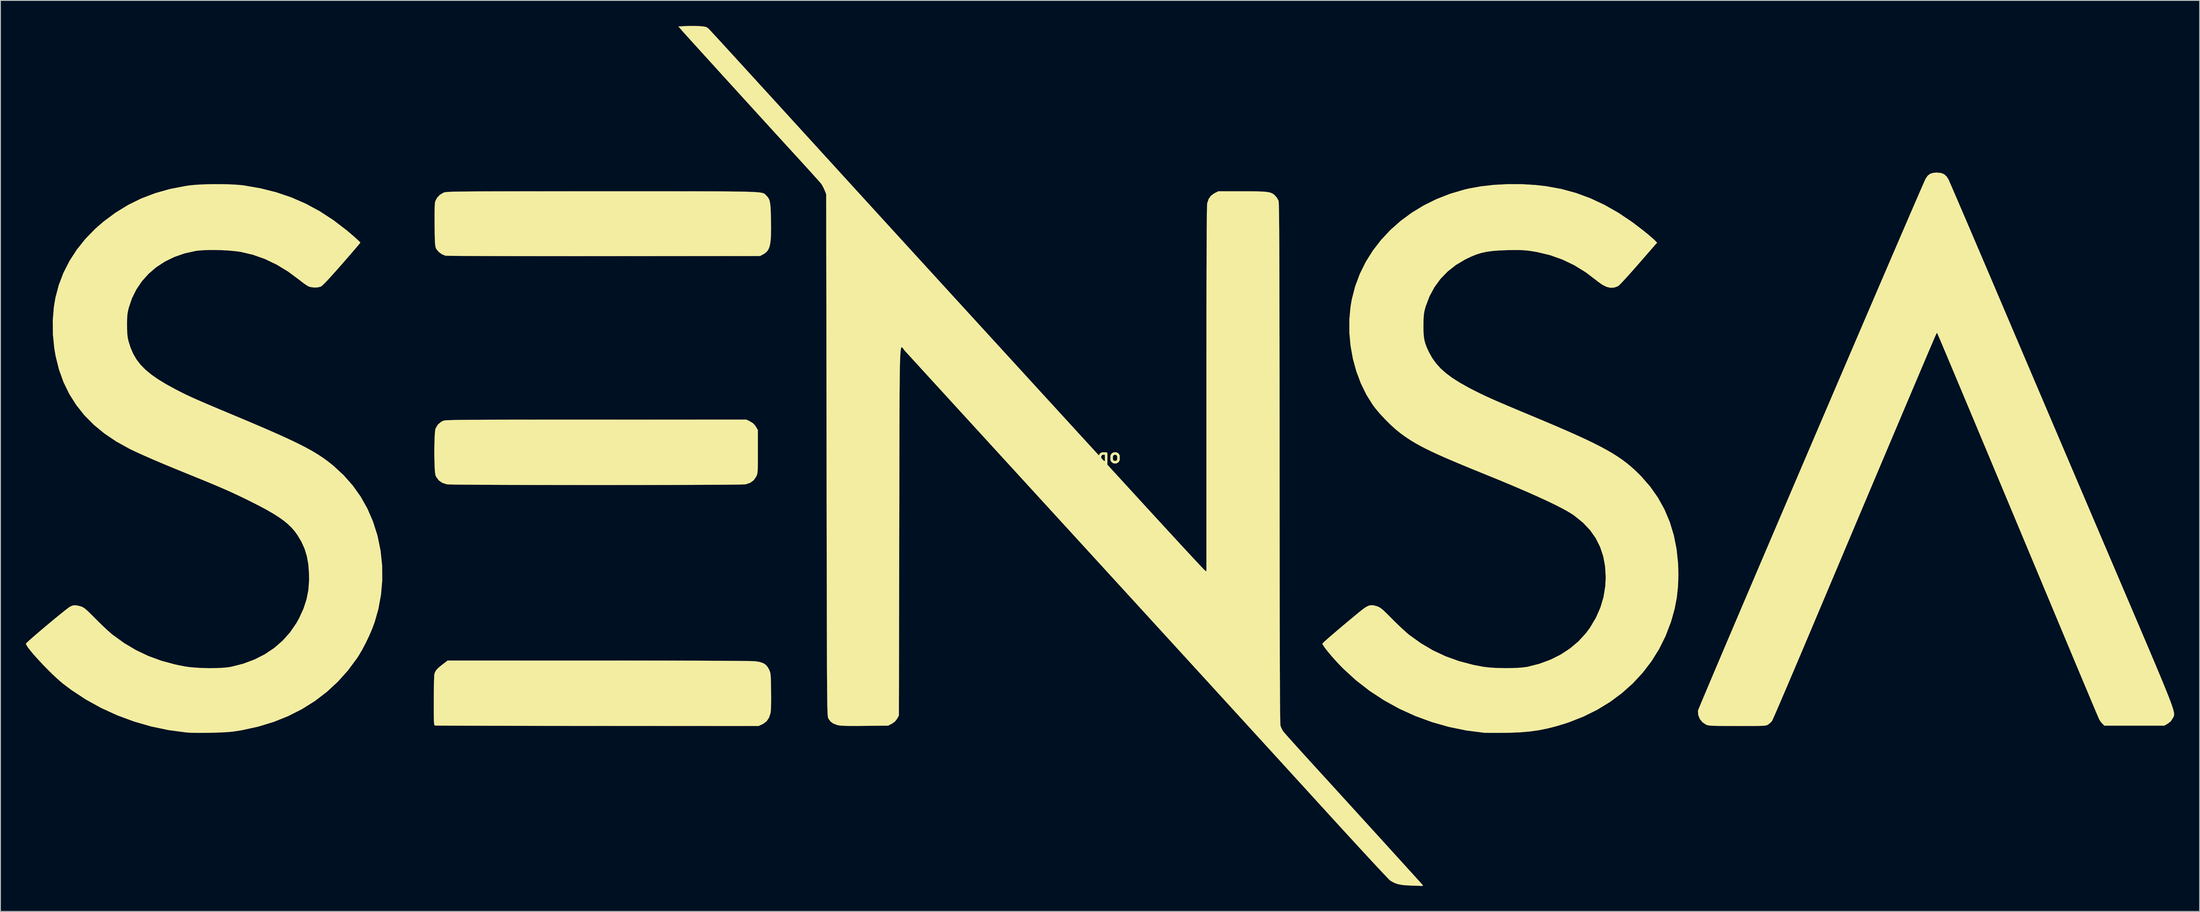
<source format=kicad_pcb>
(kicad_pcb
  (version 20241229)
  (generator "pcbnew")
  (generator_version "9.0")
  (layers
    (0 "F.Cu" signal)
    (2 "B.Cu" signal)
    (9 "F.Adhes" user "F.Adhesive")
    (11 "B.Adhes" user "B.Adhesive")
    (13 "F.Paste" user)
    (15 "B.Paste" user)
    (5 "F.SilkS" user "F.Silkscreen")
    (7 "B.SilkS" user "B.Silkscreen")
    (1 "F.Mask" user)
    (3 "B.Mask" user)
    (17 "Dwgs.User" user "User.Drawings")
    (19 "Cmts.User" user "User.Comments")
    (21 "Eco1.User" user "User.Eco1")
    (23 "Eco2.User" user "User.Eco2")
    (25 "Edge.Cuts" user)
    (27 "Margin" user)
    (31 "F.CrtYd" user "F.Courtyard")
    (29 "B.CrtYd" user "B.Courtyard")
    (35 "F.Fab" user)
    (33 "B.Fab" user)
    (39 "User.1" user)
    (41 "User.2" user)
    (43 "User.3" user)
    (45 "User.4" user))
  (footprint "logo"
    (layer "F.Cu")
    (at 126.397 50.671)
    (property "Reference" "logo" (at 0 0 0) (layer "F.SilkS") (effects (font (size 1.524 1.524) (thickness 0.3))))
    (attr through_hole)
    (fp_poly (pts (xy -59.021 24.046) (xy -57.009 24.046) (xy -55.086 24.048) (xy -53.256 24.05) (xy -51.527 24.052) (xy -49.902 24.056) (xy -48.389 24.06) (xy -46.991 24.064) (xy -45.716 24.07) (xy -44.567 24.075) (xy -43.551 24.082) (xy -42.674 24.089) (xy -41.94 24.096) (xy -41.356 24.104) (xy -40.927 24.113) (xy -40.658 24.122) (xy -40.573 24.127) (xy -40.033 24.216) (xy -39.627 24.351) (xy -39.323 24.552) (xy -39.087 24.838) (xy -38.966 25.057) (xy -38.896 25.205) (xy -38.841 25.341) (xy -38.799 25.488) (xy -38.769 25.67) (xy -38.747 25.911) (xy -38.732 26.235) (xy -38.721 26.665) (xy -38.711 27.227) (xy -38.705 27.655) (xy -38.698 28.496) (xy -38.703 29.187) (xy -38.72 29.722) (xy -38.749 30.096) (xy -38.771 30.237) (xy -38.949 30.776) (xy -39.229 31.188) (xy -39.623 31.487) (xy -39.735 31.544) (xy -40.174 31.748) (xy -59.14 31.739) (xy -60.921 31.738) (xy -62.659 31.737) (xy -64.345 31.735) (xy -65.971 31.734) (xy -67.531 31.731) (xy -69.016 31.729) (xy -70.419 31.726) (xy -71.731 31.724) (xy -72.947 31.721) (xy -74.056 31.718) (xy -75.053 31.714) (xy -75.93 31.711) (xy -76.678 31.707) (xy -77.291 31.704) (xy -77.759 31.7) (xy -78.077 31.697) (xy -78.236 31.693) (xy -78.253 31.692) (xy -78.293 31.671) (xy -78.325 31.622) (xy -78.35 31.527) (xy -78.369 31.369) (xy -78.383 31.131) (xy -78.392 30.796) (xy -78.397 30.348) (xy -78.399 29.77) (xy -78.399 29.044) (xy -78.399 28.802) (xy -78.397 28.108) (xy -78.39 27.456) (xy -78.38 26.868) (xy -78.367 26.366) (xy -78.351 25.974) (xy -78.334 25.713) (xy -78.322 25.625) (xy -78.246 25.395) (xy -78.116 25.18) (xy -77.908 24.952) (xy -77.598 24.684) (xy -77.309 24.458) (xy -76.767 24.045) (xy -59.021 24.046)) (stroke (width 0.01) (type solid)) (fill yes) (layer "F.SilkS"))
    (fp_poly (pts (xy -41.163 -4.098) (xy -40.816 -3.881) (xy -40.566 -3.603) (xy -40.491 -3.484) (xy -40.259 -3.09) (xy -40.259 -0.55) (xy -40.259 0.173) (xy -40.261 0.747) (xy -40.266 1.194) (xy -40.276 1.534) (xy -40.291 1.788) (xy -40.314 1.976) (xy -40.345 2.12) (xy -40.387 2.239) (xy -40.44 2.356) (xy -40.46 2.397) (xy -40.749 2.814) (xy -41.152 3.109) (xy -41.675 3.289) (xy -41.733 3.301) (xy -41.864 3.309) (xy -42.155 3.318) (xy -42.595 3.326) (xy -43.175 3.333) (xy -43.885 3.34) (xy -44.715 3.346) (xy -45.655 3.351) (xy -46.696 3.356) (xy -47.827 3.361) (xy -49.039 3.365) (xy -50.322 3.369) (xy -51.666 3.372) (xy -53.062 3.374) (xy -54.498 3.376) (xy -55.967 3.377) (xy -57.457 3.378) (xy -58.96 3.378) (xy -60.464 3.378) (xy -61.961 3.377) (xy -63.44 3.376) (xy -64.892 3.374) (xy -66.307 3.372) (xy -67.675 3.369) (xy -68.986 3.365) (xy -70.231 3.362) (xy -71.399 3.357) (xy -72.48 3.352) (xy -73.466 3.346) (xy -74.346 3.34) (xy -75.11 3.334) (xy -75.748 3.327) (xy -76.251 3.319) (xy -76.609 3.311) (xy -76.812 3.302) (xy -76.85 3.298) (xy -77.387 3.126) (xy -77.801 2.843) (xy -78.103 2.441) (xy -78.186 2.266) (xy -78.229 2.072) (xy -78.265 1.737) (xy -78.293 1.288) (xy -78.314 0.753) (xy -78.326 0.161) (xy -78.331 -0.461) (xy -78.327 -1.086) (xy -78.316 -1.684) (xy -78.297 -2.229) (xy -78.27 -2.693) (xy -78.235 -3.047) (xy -78.193 -3.264) (xy -78.186 -3.282) (xy -77.928 -3.722) (xy -77.56 -4.042) (xy -77.343 -4.158) (xy -77.299 -4.176) (xy -77.245 -4.193) (xy -77.173 -4.208) (xy -77.077 -4.222) (xy -76.95 -4.234) (xy -76.784 -4.246) (xy -76.574 -4.256) (xy -76.311 -4.265) (xy -75.99 -4.273) (xy -75.603 -4.281) (xy -75.144 -4.287) (xy -74.605 -4.293) (xy -73.98 -4.297) (xy -73.262 -4.301) (xy -72.443 -4.305) (xy -71.518 -4.308) (xy -70.478 -4.31) (xy -69.319 -4.312) (xy -68.031 -4.313) (xy -66.609 -4.314) (xy -65.045 -4.315) (xy -63.334 -4.316) (xy -61.467 -4.316) (xy -59.438 -4.316) (xy -59.304 -4.316) (xy -41.605 -4.318) (xy -41.163 -4.098)) (stroke (width 0.01) (type solid)) (fill yes) (layer "F.SilkS"))
    (fp_poly (pts (xy -51.122 -31.2) (xy -49.628 -31.199) (xy -48.27 -31.198) (xy -47.042 -31.196) (xy -45.935 -31.193) (xy -44.945 -31.189) (xy -44.064 -31.183) (xy -43.285 -31.176) (xy -42.601 -31.167) (xy -42.007 -31.157) (xy -41.495 -31.144) (xy -41.059 -31.13) (xy -40.692 -31.113) (xy -40.387 -31.093) (xy -40.137 -31.071) (xy -39.937 -31.045) (xy -39.778 -31.017) (xy -39.655 -30.986) (xy -39.561 -30.951) (xy -39.489 -30.912) (xy -39.432 -30.87) (xy -39.384 -30.823) (xy -39.338 -30.773) (xy -39.287 -30.718) (xy -39.264 -30.695) (xy -39.116 -30.539) (xy -38.999 -30.375) (xy -38.909 -30.18) (xy -38.842 -29.934) (xy -38.794 -29.614) (xy -38.76 -29.197) (xy -38.737 -28.662) (xy -38.719 -27.986) (xy -38.715 -27.757) (xy -38.705 -26.869) (xy -38.714 -26.133) (xy -38.746 -25.531) (xy -38.805 -25.046) (xy -38.894 -24.661) (xy -39.019 -24.358) (xy -39.184 -24.12) (xy -39.391 -23.931) (xy -39.645 -23.772) (xy -39.645 -23.772) (xy -40.005 -23.58) (xy -58.378 -23.567) (xy -60.133 -23.566) (xy -61.845 -23.565) (xy -63.506 -23.566) (xy -65.109 -23.567) (xy -66.645 -23.568) (xy -68.106 -23.57) (xy -69.485 -23.572) (xy -70.774 -23.575) (xy -71.966 -23.579) (xy -73.051 -23.582) (xy -74.022 -23.587) (xy -74.872 -23.591) (xy -75.593 -23.596) (xy -76.176 -23.601) (xy -76.614 -23.607) (xy -76.899 -23.613) (xy -77.024 -23.619) (xy -77.027 -23.62) (xy -77.426 -23.779) (xy -77.792 -24.039) (xy -78.064 -24.353) (xy -78.113 -24.44) (xy -78.16 -24.549) (xy -78.198 -24.676) (xy -78.227 -24.844) (xy -78.25 -25.072) (xy -78.267 -25.38) (xy -78.28 -25.79) (xy -78.29 -26.323) (xy -78.298 -26.998) (xy -78.301 -27.22) (xy -78.307 -28.1) (xy -78.303 -28.818) (xy -78.29 -29.372) (xy -78.268 -29.762) (xy -78.236 -29.984) (xy -78.234 -29.995) (xy -78.028 -30.414) (xy -77.696 -30.773) (xy -77.277 -31.028) (xy -77.233 -31.046) (xy -77.183 -31.063) (xy -77.121 -31.08) (xy -77.04 -31.094) (xy -76.935 -31.108) (xy -76.798 -31.12) (xy -76.622 -31.131) (xy -76.4 -31.141) (xy -76.127 -31.15) (xy -75.794 -31.158) (xy -75.395 -31.166) (xy -74.924 -31.172) (xy -74.374 -31.177) (xy -73.737 -31.182) (xy -73.007 -31.186) (xy -72.178 -31.189) (xy -71.242 -31.192) (xy -70.192 -31.194) (xy -69.022 -31.196) (xy -67.726 -31.197) (xy -66.295 -31.198) (xy -64.724 -31.199) (xy -63.006 -31.199) (xy -61.134 -31.2) (xy -59.1 -31.2) (xy -58.589 -31.2) (xy -56.485 -31.2) (xy -54.544 -31.2) (xy -52.758 -31.2) (xy -51.122 -31.2)) (stroke (width 0.01) (type solid)) (fill yes) (layer "F.SilkS"))
    (fp_poly (pts (xy 98.959 -33.357) (xy 99.335 -33.213) (xy 99.631 -32.95) (xy 99.835 -32.636) (xy 99.891 -32.514) (xy 100.011 -32.244) (xy 100.189 -31.836) (xy 100.423 -31.295) (xy 100.709 -30.632) (xy 101.044 -29.854) (xy 101.424 -28.97) (xy 101.846 -27.987) (xy 102.305 -26.913) (xy 102.799 -25.758) (xy 103.324 -24.529) (xy 103.877 -23.234) (xy 104.454 -21.882) (xy 105.051 -20.48) (xy 105.665 -19.037) (xy 105.876 -18.542) (xy 106.521 -17.026) (xy 107.225 -15.372) (xy 107.981 -13.595) (xy 108.782 -11.714) (xy 109.621 -9.744) (xy 110.49 -7.702) (xy 111.383 -5.606) (xy 112.292 -3.473) (xy 113.21 -1.319) (xy 114.129 0.84) (xy 115.043 2.985) (xy 115.945 5.1) (xy 116.826 7.169) (xy 117.681 9.174) (xy 118.502 11.099) (xy 119.022 12.319) (xy 119.859 14.282) (xy 120.633 16.095) (xy 121.345 17.765) (xy 121.998 19.298) (xy 122.594 20.699) (xy 123.137 21.975) (xy 123.628 23.132) (xy 124.069 24.177) (xy 124.463 25.115) (xy 124.813 25.952) (xy 125.121 26.696) (xy 125.389 27.351) (xy 125.619 27.924) (xy 125.815 28.422) (xy 125.978 28.85) (xy 126.111 29.214) (xy 126.216 29.522) (xy 126.295 29.778) (xy 126.352 29.989) (xy 126.389 30.162) (xy 126.407 30.302) (xy 126.409 30.415) (xy 126.398 30.508) (xy 126.376 30.587) (xy 126.345 30.659) (xy 126.309 30.728) (xy 126.268 30.802) (xy 126.24 30.857) (xy 126.006 31.206) (xy 125.663 31.473) (xy 125.658 31.476) (xy 125.264 31.708) (xy 118.208 31.708) (xy 117.982 31.496) (xy 117.787 31.272) (xy 117.612 31.006) (xy 117.598 30.978) (xy 117.547 30.865) (xy 117.435 30.604) (xy 117.265 30.206) (xy 117.042 29.679) (xy 116.769 29.031) (xy 116.45 28.274) (xy 116.089 27.414) (xy 115.689 26.462) (xy 115.255 25.427) (xy 114.79 24.318) (xy 114.299 23.144) (xy 113.784 21.914) (xy 113.251 20.637) (xy 112.828 19.625) (xy 112.035 17.726) (xy 111.239 15.822) (xy 110.444 13.919) (xy 109.653 12.025) (xy 108.867 10.145) (xy 108.091 8.288) (xy 107.326 6.459) (xy 106.576 4.665) (xy 105.843 2.914) (xy 105.13 1.211) (xy 104.441 -0.437) (xy 103.777 -2.022) (xy 103.142 -3.539) (xy 102.539 -4.979) (xy 101.97 -6.338) (xy 101.438 -7.607) (xy 100.946 -8.78) (xy 100.496 -9.851) (xy 100.093 -10.812) (xy 99.738 -11.658) (xy 99.434 -12.38) (xy 99.184 -12.973) (xy 98.991 -13.43) (xy 98.858 -13.743) (xy 98.788 -13.904) (xy 98.499 -14.558) (xy 98.324 -14.199) (xy 98.267 -14.071) (xy 98.147 -13.793) (xy 97.966 -13.371) (xy 97.726 -12.81) (xy 97.43 -12.115) (xy 97.081 -11.294) (xy 96.681 -10.352) (xy 96.233 -9.294) (xy 95.738 -8.126) (xy 95.199 -6.854) (xy 94.619 -5.485) (xy 94.001 -4.022) (xy 93.346 -2.474) (xy 92.657 -0.844) (xy 91.936 0.861) (xy 91.187 2.635) (xy 90.411 4.472) (xy 89.611 6.367) (xy 88.789 8.314) (xy 87.948 10.306) (xy 87.09 12.34) (xy 86.218 14.407) (xy 85.334 16.504) (xy 84.441 18.623) (xy 84.189 19.219) (xy 83.622 20.563) (xy 83.072 21.866) (xy 82.541 23.12) (xy 82.035 24.316) (xy 81.555 25.444) (xy 81.108 26.497) (xy 80.695 27.466) (xy 80.32 28.341) (xy 79.989 29.114) (xy 79.703 29.777) (xy 79.467 30.321) (xy 79.285 30.737) (xy 79.16 31.015) (xy 79.097 31.149) (xy 79.091 31.157) (xy 78.914 31.35) (xy 78.685 31.54) (xy 78.656 31.559) (xy 78.583 31.607) (xy 78.507 31.646) (xy 78.41 31.677) (xy 78.276 31.702) (xy 78.088 31.72) (xy 77.83 31.732) (xy 77.483 31.741) (xy 77.033 31.746) (xy 76.461 31.748) (xy 75.751 31.748) (xy 75.023 31.748) (xy 74.173 31.747) (xy 73.476 31.745) (xy 72.913 31.74) (xy 72.469 31.733) (xy 72.125 31.721) (xy 71.865 31.706) (xy 71.671 31.685) (xy 71.526 31.659) (xy 71.414 31.626) (xy 71.328 31.591) (xy 70.908 31.313) (xy 70.595 30.929) (xy 70.411 30.473) (xy 70.374 29.979) (xy 70.378 29.941) (xy 70.413 29.844) (xy 70.512 29.598) (xy 70.673 29.21) (xy 70.892 28.685) (xy 71.168 28.029) (xy 71.496 27.251) (xy 71.875 26.354) (xy 72.301 25.347) (xy 72.773 24.236) (xy 73.286 23.026) (xy 73.84 21.724) (xy 74.43 20.337) (xy 75.054 18.871) (xy 75.709 17.333) (xy 76.393 15.728) (xy 77.103 14.063) (xy 77.836 12.345) (xy 78.59 10.58) (xy 79.361 8.774) (xy 80.147 6.933) (xy 80.945 5.065) (xy 81.753 3.175) (xy 82.568 1.27) (xy 83.386 -0.644) (xy 84.206 -2.561) (xy 85.025 -4.473) (xy 85.839 -6.376) (xy 86.646 -8.261) (xy 87.444 -10.123) (xy 88.23 -11.956) (xy 89 -13.754) (xy 89.753 -15.508) (xy 90.485 -17.215) (xy 91.194 -18.866) (xy 91.876 -20.456) (xy 92.53 -21.978) (xy 93.153 -23.426) (xy 93.741 -24.794) (xy 94.293 -26.074) (xy 94.805 -27.261) (xy 95.274 -28.349) (xy 95.699 -29.331) (xy 96.075 -30.2) (xy 96.401 -30.95) (xy 96.674 -31.576) (xy 96.891 -32.069) (xy 97.048 -32.425) (xy 97.145 -32.637) (xy 97.17 -32.687) (xy 97.411 -33.04) (xy 97.706 -33.262) (xy 98.089 -33.376) (xy 98.467 -33.4) (xy 98.959 -33.357)) (stroke (width 0.01) (type solid)) (fill yes) (layer "F.SilkS"))
    (fp_poly (pts (xy 49.64 -32.036) (xy 51.258 -31.94) (xy 52.536 -31.794) (xy 54.3 -31.471) (xy 56.021 -31.001) (xy 57.707 -30.38) (xy 59.367 -29.604) (xy 61.008 -28.67) (xy 62.64 -27.574) (xy 63.966 -26.56) (xy 64.355 -26.243) (xy 64.716 -25.942) (xy 65.019 -25.681) (xy 65.236 -25.486) (xy 65.314 -25.41) (xy 65.563 -25.147) (xy 65.392 -24.956) (xy 65.298 -24.849) (xy 65.107 -24.631) (xy 64.832 -24.316) (xy 64.487 -23.921) (xy 64.087 -23.461) (xy 63.644 -22.954) (xy 63.212 -22.457) (xy 62.741 -21.921) (xy 62.298 -21.422) (xy 61.895 -20.977) (xy 61.546 -20.6) (xy 61.267 -20.307) (xy 61.071 -20.112) (xy 60.975 -20.034) (xy 60.531 -19.871) (xy 60.085 -19.841) (xy 59.622 -19.948) (xy 59.123 -20.196) (xy 58.57 -20.591) (xy 58.449 -20.691) (xy 57.15 -21.677) (xy 55.81 -22.501) (xy 54.417 -23.169) (xy 52.962 -23.684) (xy 51.433 -24.051) (xy 50.656 -24.178) (xy 50.227 -24.231) (xy 49.798 -24.265) (xy 49.329 -24.284) (xy 48.783 -24.287) (xy 48.119 -24.277) (xy 47.879 -24.271) (xy 46.967 -24.235) (xy 46.189 -24.174) (xy 45.508 -24.08) (xy 44.891 -23.946) (xy 44.302 -23.763) (xy 43.706 -23.524) (xy 43.068 -23.22) (xy 42.997 -23.184) (xy 41.902 -22.536) (xy 40.929 -21.771) (xy 40.08 -20.895) (xy 39.361 -19.914) (xy 38.778 -18.833) (xy 38.334 -17.659) (xy 38.251 -17.372) (xy 38.176 -17.058) (xy 38.124 -16.736) (xy 38.09 -16.362) (xy 38.072 -15.896) (xy 38.066 -15.409) (xy 38.071 -14.738) (xy 38.103 -14.19) (xy 38.171 -13.72) (xy 38.284 -13.283) (xy 38.452 -12.834) (xy 38.684 -12.328) (xy 38.73 -12.234) (xy 39.104 -11.564) (xy 39.55 -10.942) (xy 40.081 -10.354) (xy 40.713 -9.788) (xy 41.46 -9.232) (xy 42.337 -8.674) (xy 43.357 -8.101) (xy 43.94 -7.798) (xy 44.363 -7.585) (xy 44.773 -7.382) (xy 45.187 -7.184) (xy 45.621 -6.981) (xy 46.091 -6.768) (xy 46.616 -6.536) (xy 47.212 -6.277) (xy 47.895 -5.985) (xy 48.682 -5.653) (xy 49.591 -5.271) (xy 50.638 -4.834) (xy 50.76 -4.783) (xy 52.314 -4.132) (xy 53.72 -3.535) (xy 54.989 -2.984) (xy 56.131 -2.476) (xy 57.157 -2.003) (xy 58.079 -1.559) (xy 58.906 -1.14) (xy 59.649 -0.738) (xy 60.32 -0.348) (xy 60.928 0.036) (xy 61.485 0.419) (xy 62.001 0.809) (xy 62.487 1.21) (xy 62.954 1.629) (xy 63.412 2.072) (xy 63.718 2.384) (xy 64.769 3.591) (xy 65.677 4.888) (xy 66.44 6.272) (xy 67.058 7.741) (xy 67.53 9.293) (xy 67.856 10.926) (xy 68.034 12.638) (xy 68.071 13.903) (xy 68.025 15.31) (xy 67.883 16.629) (xy 67.636 17.921) (xy 67.274 19.242) (xy 67.173 19.558) (xy 66.557 21.169) (xy 65.796 22.698) (xy 64.896 24.14) (xy 63.862 25.489) (xy 62.7 26.739) (xy 61.417 27.886) (xy 60.018 28.922) (xy 58.509 29.843) (xy 56.896 30.642) (xy 55.186 31.314) (xy 54.767 31.454) (xy 53.657 31.79) (xy 52.611 32.055) (xy 51.586 32.257) (xy 50.538 32.401) (xy 49.427 32.495) (xy 48.208 32.544) (xy 47.71 32.553) (xy 47.105 32.558) (xy 46.535 32.561) (xy 46.031 32.56) (xy 45.618 32.556) (xy 45.327 32.55) (xy 45.212 32.544) (xy 43.12 32.278) (xy 41.066 31.858) (xy 39.058 31.287) (xy 37.11 30.572) (xy 35.231 29.717) (xy 33.432 28.726) (xy 31.725 27.606) (xy 30.121 26.361) (xy 28.629 24.996) (xy 28.612 24.979) (xy 28.202 24.559) (xy 27.79 24.117) (xy 27.392 23.672) (xy 27.025 23.245) (xy 26.704 22.853) (xy 26.446 22.517) (xy 26.267 22.256) (xy 26.182 22.09) (xy 26.179 22.054) (xy 26.25 21.971) (xy 26.439 21.791) (xy 26.736 21.525) (xy 27.127 21.182) (xy 27.6 20.775) (xy 28.144 20.312) (xy 28.746 19.804) (xy 29.393 19.263) (xy 30.075 18.697) (xy 30.508 18.341) (xy 30.954 17.985) (xy 31.313 17.739) (xy 31.615 17.59) (xy 31.893 17.528) (xy 32.179 17.543) (xy 32.506 17.624) (xy 32.608 17.657) (xy 32.771 17.719) (xy 32.932 17.804) (xy 33.109 17.928) (xy 33.324 18.108) (xy 33.595 18.361) (xy 33.944 18.703) (xy 34.374 19.135) (xy 34.807 19.567) (xy 35.249 19.994) (xy 35.67 20.388) (xy 36.039 20.722) (xy 36.325 20.967) (xy 36.364 20.999) (xy 37.74 21.992) (xy 39.171 22.838) (xy 40.671 23.543) (xy 42.254 24.114) (xy 43.934 24.556) (xy 45.085 24.777) (xy 45.642 24.848) (xy 46.307 24.9) (xy 47.04 24.93) (xy 47.801 24.941) (xy 48.551 24.93) (xy 49.251 24.9) (xy 49.86 24.848) (xy 50.331 24.778) (xy 51.72 24.424) (xy 53.023 23.941) (xy 54.231 23.335) (xy 55.333 22.611) (xy 56.32 21.776) (xy 57.183 20.835) (xy 57.664 20.184) (xy 58.362 19.011) (xy 58.895 17.805) (xy 59.264 16.56) (xy 59.471 15.272) (xy 59.521 14.224) (xy 59.447 12.952) (xy 59.225 11.763) (xy 58.855 10.655) (xy 58.337 9.629) (xy 57.67 8.684) (xy 56.853 7.818) (xy 55.887 7.031) (xy 55.607 6.836) (xy 55.072 6.505) (xy 54.379 6.122) (xy 53.529 5.689) (xy 52.525 5.207) (xy 51.369 4.678) (xy 50.064 4.101) (xy 48.612 3.478) (xy 47.015 2.811) (xy 45.275 2.1) (xy 45.254 2.091) (xy 43.891 1.537) (xy 42.675 1.036) (xy 41.591 0.581) (xy 40.629 0.167) (xy 39.774 -0.213) (xy 39.015 -0.565) (xy 38.339 -0.895) (xy 37.732 -1.209) (xy 37.184 -1.513) (xy 36.679 -1.814) (xy 36.208 -2.118) (xy 35.755 -2.43) (xy 35.324 -2.747) (xy 34.768 -3.2) (xy 34.165 -3.75) (xy 33.553 -4.358) (xy 32.971 -4.983) (xy 32.458 -5.587) (xy 32.114 -6.04) (xy 31.348 -7.265) (xy 30.698 -8.596) (xy 30.17 -10.011) (xy 29.766 -11.489) (xy 29.492 -13.008) (xy 29.352 -14.548) (xy 29.349 -16.088) (xy 29.488 -17.605) (xy 29.638 -18.479) (xy 30.034 -20.008) (xy 30.583 -21.479) (xy 31.278 -22.884) (xy 32.112 -24.216) (xy 33.078 -25.468) (xy 34.167 -26.633) (xy 35.373 -27.705) (xy 36.687 -28.674) (xy 38.102 -29.536) (xy 39.611 -30.282) (xy 41.206 -30.906) (xy 42.88 -31.399) (xy 43.434 -31.529) (xy 44.866 -31.788) (xy 46.404 -31.959) (xy 48.008 -32.042) (xy 49.64 -32.036)) (stroke (width 0.01) (type solid)) (fill yes) (layer "F.SilkS"))
    (fp_poly (pts (xy -103.18 -32.035) (xy -102.339 -32.012) (xy -101.574 -31.97) (xy -100.925 -31.912) (xy -100.753 -31.89) (xy -98.793 -31.55) (xy -96.932 -31.081) (xy -95.157 -30.478) (xy -93.453 -29.734) (xy -91.807 -28.843) (xy -90.205 -27.798) (xy -88.633 -26.594) (xy -87.891 -25.962) (xy -87.577 -25.682) (xy -87.315 -25.442) (xy -87.129 -25.262) (xy -87.041 -25.166) (xy -87.038 -25.158) (xy -87.092 -25.084) (xy -87.245 -24.897) (xy -87.487 -24.611) (xy -87.805 -24.24) (xy -88.186 -23.797) (xy -88.62 -23.297) (xy -89.093 -22.754) (xy -89.228 -22.6) (xy -89.87 -21.87) (xy -90.41 -21.266) (xy -90.852 -20.784) (xy -91.201 -20.417) (xy -91.461 -20.163) (xy -91.638 -20.014) (xy -91.704 -19.975) (xy -92.067 -19.886) (xy -92.5 -19.873) (xy -92.923 -19.933) (xy -93.133 -20.002) (xy -93.319 -20.107) (xy -93.595 -20.293) (xy -93.919 -20.532) (xy -94.192 -20.747) (xy -95.531 -21.742) (xy -96.892 -22.57) (xy -98.278 -23.233) (xy -99.691 -23.732) (xy -101.082 -24.059) (xy -101.718 -24.15) (xy -102.455 -24.22) (xy -103.251 -24.267) (xy -104.066 -24.29) (xy -104.857 -24.289) (xy -105.583 -24.263) (xy -106.203 -24.21) (xy -106.441 -24.176) (xy -107.728 -23.89) (xy -108.933 -23.47) (xy -110.045 -22.926) (xy -111.058 -22.263) (xy -111.96 -21.49) (xy -112.745 -20.614) (xy -113.403 -19.642) (xy -113.926 -18.583) (xy -114.281 -17.53) (xy -114.37 -17.177) (xy -114.431 -16.863) (xy -114.469 -16.542) (xy -114.489 -16.165) (xy -114.496 -15.686) (xy -114.496 -15.452) (xy -114.49 -14.893) (xy -114.471 -14.458) (xy -114.436 -14.104) (xy -114.379 -13.786) (xy -114.31 -13.504) (xy -114.065 -12.739) (xy -113.757 -12.037) (xy -113.373 -11.387) (xy -112.901 -10.777) (xy -112.327 -10.193) (xy -111.64 -9.624) (xy -110.828 -9.056) (xy -109.877 -8.478) (xy -108.776 -7.877) (xy -108.585 -7.778) (xy -108.215 -7.589) (xy -107.858 -7.41) (xy -107.496 -7.234) (xy -107.115 -7.055) (xy -106.698 -6.864) (xy -106.229 -6.655) (xy -105.692 -6.421) (xy -105.071 -6.154) (xy -104.35 -5.848) (xy -103.513 -5.495) (xy -102.544 -5.088) (xy -101.981 -4.853) (xy -100.488 -4.226) (xy -99.143 -3.654) (xy -97.934 -3.133) (xy -96.849 -2.656) (xy -95.88 -2.219) (xy -95.013 -1.814) (xy -94.239 -1.438) (xy -93.547 -1.084) (xy -92.926 -0.747) (xy -92.364 -0.421) (xy -91.852 -0.101) (xy -91.377 0.218) (xy -90.93 0.543) (xy -90.499 0.879) (xy -90.212 1.113) (xy -89.005 2.227) (xy -87.935 3.44) (xy -87.004 4.748) (xy -86.213 6.152) (xy -85.564 7.648) (xy -85.056 9.235) (xy -85 9.452) (xy -84.657 11.144) (xy -84.478 12.856) (xy -84.462 14.574) (xy -84.61 16.284) (xy -84.919 17.971) (xy -85.351 19.502) (xy -85.639 20.282) (xy -86.001 21.128) (xy -86.411 21.985) (xy -86.843 22.802) (xy -87.271 23.524) (xy -87.405 23.729) (xy -88.482 25.186) (xy -89.674 26.519) (xy -90.978 27.727) (xy -92.39 28.808) (xy -93.908 29.76) (xy -95.528 30.581) (xy -97.247 31.27) (xy -99.063 31.824) (xy -100.971 32.242) (xy -101.939 32.396) (xy -102.369 32.442) (xy -102.933 32.482) (xy -103.591 32.515) (xy -104.309 32.539) (xy -105.049 32.554) (xy -105.774 32.56) (xy -106.447 32.556) (xy -107.033 32.54) (xy -107.493 32.512) (xy -107.527 32.509) (xy -109.608 32.233) (xy -111.664 31.801) (xy -113.678 31.22) (xy -115.637 30.495) (xy -117.527 29.632) (xy -119.332 28.637) (xy -121.038 27.515) (xy -122.005 26.787) (xy -122.405 26.453) (xy -122.849 26.055) (xy -123.321 25.608) (xy -123.807 25.128) (xy -124.292 24.633) (xy -124.761 24.137) (xy -125.198 23.658) (xy -125.59 23.211) (xy -125.92 22.812) (xy -126.173 22.478) (xy -126.336 22.226) (xy -126.392 22.07) (xy -126.39 22.056) (xy -126.318 21.969) (xy -126.132 21.79) (xy -125.848 21.533) (xy -125.485 21.214) (xy -125.058 20.845) (xy -124.587 20.443) (xy -124.087 20.021) (xy -123.576 19.593) (xy -123.072 19.175) (xy -122.591 18.781) (xy -122.15 18.424) (xy -121.768 18.12) (xy -121.461 17.883) (xy -121.247 17.728) (xy -121.165 17.678) (xy -120.885 17.566) (xy -120.604 17.535) (xy -120.266 17.583) (xy -119.973 17.661) (xy -119.814 17.715) (xy -119.662 17.788) (xy -119.498 17.896) (xy -119.302 18.055) (xy -119.053 18.283) (xy -118.732 18.596) (xy -118.319 19.011) (xy -118.201 19.129) (xy -117.767 19.561) (xy -117.325 19.989) (xy -116.904 20.384) (xy -116.534 20.719) (xy -116.247 20.965) (xy -116.205 20.999) (xy -114.852 21.978) (xy -113.455 22.812) (xy -111.995 23.507) (xy -110.453 24.072) (xy -108.812 24.515) (xy -107.724 24.735) (xy -107.098 24.823) (xy -106.372 24.887) (xy -105.585 24.928) (xy -104.778 24.943) (xy -103.99 24.934) (xy -103.26 24.9) (xy -102.627 24.841) (xy -102.238 24.779) (xy -100.817 24.417) (xy -99.497 23.925) (xy -98.282 23.307) (xy -97.178 22.567) (xy -96.187 21.707) (xy -95.316 20.73) (xy -94.568 19.64) (xy -94.235 19.041) (xy -93.736 17.951) (xy -93.382 16.882) (xy -93.163 15.794) (xy -93.072 14.646) (xy -93.078 13.801) (xy -93.161 12.724) (xy -93.332 11.763) (xy -93.601 10.882) (xy -93.979 10.047) (xy -94.444 9.27) (xy -94.766 8.825) (xy -95.13 8.403) (xy -95.55 7.994) (xy -96.039 7.589) (xy -96.611 7.179) (xy -97.28 6.753) (xy -98.06 6.303) (xy -98.964 5.819) (xy -100.007 5.29) (xy -100.595 5.001) (xy -101.134 4.74) (xy -101.645 4.498) (xy -102.145 4.265) (xy -102.656 4.034) (xy -103.196 3.796) (xy -103.785 3.543) (xy -104.442 3.266) (xy -105.187 2.957) (xy -106.039 2.607) (xy -107.018 2.209) (xy -107.654 1.951) (xy -109.016 1.395) (xy -110.267 0.874) (xy -111.399 0.392) (xy -112.401 -0.046) (xy -113.266 -0.436) (xy -113.984 -0.776) (xy -114.229 -0.896) (xy -115.765 -1.747) (xy -117.158 -2.686) (xy -118.405 -3.713) (xy -119.51 -4.829) (xy -120.471 -6.036) (xy -121.289 -7.332) (xy -121.966 -8.72) (xy -122.5 -10.2) (xy -122.893 -11.772) (xy -123.053 -12.7) (xy -123.22 -14.365) (xy -123.236 -16.007) (xy -123.102 -17.606) (xy -122.922 -18.669) (xy -122.529 -20.163) (xy -121.976 -21.608) (xy -121.268 -22.999) (xy -120.409 -24.327) (xy -119.403 -25.585) (xy -118.256 -26.767) (xy -117.306 -27.599) (xy -115.877 -28.665) (xy -114.385 -29.582) (xy -112.821 -30.353) (xy -111.177 -30.98) (xy -109.445 -31.469) (xy -107.617 -31.822) (xy -107.138 -31.89) (xy -106.512 -31.954) (xy -105.764 -32) (xy -104.933 -32.03) (xy -104.058 -32.041) (xy -103.18 -32.035)) (stroke (width 0.01) (type solid)) (fill yes) (layer "F.SilkS"))
    (fp_poly (pts (xy -47.727 -50.666) (xy -47.238 -50.651) (xy -47.103 -50.643) (xy -46.716 -50.61) (xy -46.456 -50.569) (xy -46.278 -50.507) (xy -46.139 -50.415) (xy -46.095 -50.377) (xy -46.056 -50.338) (xy -45.988 -50.268) (xy -45.888 -50.163) (xy -45.754 -50.019) (xy -45.58 -49.831) (xy -45.363 -49.597) (xy -45.1 -49.312) (xy -44.787 -48.971) (xy -44.42 -48.572) (xy -43.996 -48.109) (xy -43.511 -47.578) (xy -42.961 -46.977) (xy -42.342 -46.3) (xy -41.651 -45.544) (xy -40.885 -44.705) (xy -40.039 -43.778) (xy -39.109 -42.76) (xy -38.093 -41.647) (xy -36.987 -40.434) (xy -35.786 -39.118) (xy -34.487 -37.694) (xy -33.087 -36.159) (xy -31.581 -34.508) (xy -29.967 -32.738) (xy -29.297 -32.004) (xy -28.291 -30.902) (xy -27.178 -29.682) (xy -25.965 -28.354) (xy -24.66 -26.924) (xy -23.268 -25.401) (xy -21.799 -23.793) (xy -20.258 -22.107) (xy -18.653 -20.351) (xy -16.991 -18.533) (xy -15.28 -16.662) (xy -13.526 -14.745) (xy -11.737 -12.789) (xy -9.92 -10.803) (xy -8.083 -8.795) (xy -6.232 -6.772) (xy -4.374 -4.743) (xy -2.518 -2.714) (xy -0.669 -0.695) (xy 1.164 1.307) (xy 2.975 3.284) (xy 4.542 4.995) (xy 5.47 6.008) (xy 6.368 6.986) (xy 7.23 7.924) (xy 8.048 8.813) (xy 8.816 9.647) (xy 9.527 10.418) (xy 10.175 11.118) (xy 10.752 11.74) (xy 11.251 12.277) (xy 11.666 12.722) (xy 11.99 13.066) (xy 12.217 13.304) (xy 12.338 13.426) (xy 12.356 13.442) (xy 12.531 13.548) (xy 12.531 -7.911) (xy 12.531 -10.436) (xy 12.532 -12.793) (xy 12.533 -14.986) (xy 12.535 -17.017) (xy 12.538 -18.888) (xy 12.541 -20.602) (xy 12.545 -22.161) (xy 12.549 -23.568) (xy 12.554 -24.825) (xy 12.56 -25.935) (xy 12.566 -26.9) (xy 12.574 -27.722) (xy 12.581 -28.404) (xy 12.59 -28.948) (xy 12.599 -29.358) (xy 12.609 -29.634) (xy 12.619 -29.78) (xy 12.622 -29.795) (xy 12.789 -30.296) (xy 13.059 -30.676) (xy 13.452 -30.961) (xy 13.504 -30.988) (xy 13.928 -31.2) (xy 16.722 -31.2) (xy 17.576 -31.198) (xy 18.279 -31.192) (xy 18.849 -31.178) (xy 19.304 -31.155) (xy 19.661 -31.12) (xy 19.939 -31.071) (xy 20.156 -31.005) (xy 20.33 -30.92) (xy 20.479 -30.813) (xy 20.62 -30.682) (xy 20.623 -30.679) (xy 20.826 -30.429) (xy 20.985 -30.152) (xy 21.014 -30.079) (xy 21.024 -30.024) (xy 21.034 -29.916) (xy 21.043 -29.749) (xy 21.051 -29.52) (xy 21.059 -29.223) (xy 21.066 -28.855) (xy 21.073 -28.41) (xy 21.079 -27.883) (xy 21.085 -27.271) (xy 21.091 -26.568) (xy 21.096 -25.771) (xy 21.101 -24.873) (xy 21.105 -23.871) (xy 21.109 -22.76) (xy 21.113 -21.535) (xy 21.116 -20.192) (xy 21.119 -18.726) (xy 21.122 -17.133) (xy 21.124 -15.407) (xy 21.127 -13.545) (xy 21.129 -11.541) (xy 21.131 -9.391) (xy 21.132 -7.09) (xy 21.134 -4.634) (xy 21.135 -2.018) (xy 21.136 0.763) (xy 21.136 0.804) (xy 21.137 3.751) (xy 21.139 6.532) (xy 21.141 9.148) (xy 21.143 11.605) (xy 21.146 13.904) (xy 21.148 16.048) (xy 21.151 18.04) (xy 21.155 19.884) (xy 21.159 21.582) (xy 21.163 23.137) (xy 21.167 24.552) (xy 21.172 25.83) (xy 21.177 26.974) (xy 21.183 27.987) (xy 21.189 28.871) (xy 21.195 29.63) (xy 21.202 30.267) (xy 21.21 30.785) (xy 21.217 31.186) (xy 21.226 31.474) (xy 21.234 31.651) (xy 21.242 31.716) (xy 21.355 32.008) (xy 21.522 32.313) (xy 21.576 32.393) (xy 21.674 32.513) (xy 21.877 32.745) (xy 22.173 33.08) (xy 22.552 33.504) (xy 23.005 34.007) (xy 23.519 34.576) (xy 24.086 35.201) (xy 24.694 35.87) (xy 25.334 36.571) (xy 25.493 36.745) (xy 25.963 37.261) (xy 26.507 37.857) (xy 27.115 38.523) (xy 27.777 39.249) (xy 28.483 40.024) (xy 29.223 40.837) (xy 29.989 41.677) (xy 30.77 42.535) (xy 31.557 43.4) (xy 32.34 44.26) (xy 33.109 45.105) (xy 33.854 45.925) (xy 34.567 46.709) (xy 35.237 47.446) (xy 35.855 48.126) (xy 36.411 48.739) (xy 36.895 49.272) (xy 37.298 49.717) (xy 37.61 50.061) (xy 37.821 50.296) (xy 37.874 50.355) (xy 37.983 50.494) (xy 38.009 50.566) (xy 38.009 50.567) (xy 37.916 50.571) (xy 37.684 50.569) (xy 37.343 50.561) (xy 36.921 50.548) (xy 36.661 50.539) (xy 36.014 50.505) (xy 35.501 50.452) (xy 35.084 50.372) (xy 34.729 50.255) (xy 34.398 50.093) (xy 34.145 49.937) (xy 34.052 49.851) (xy 33.852 49.647) (xy 33.553 49.334) (xy 33.161 48.918) (xy 32.683 48.407) (xy 32.127 47.809) (xy 31.5 47.132) (xy 30.808 46.383) (xy 30.059 45.569) (xy 29.26 44.7) (xy 28.418 43.781) (xy 27.54 42.821) (xy 26.633 41.828) (xy 26.515 41.698) (xy 25.109 40.157) (xy 23.704 38.616) (xy 22.294 37.071) (xy 20.873 35.514) (xy 19.435 33.939) (xy 17.974 32.339) (xy 16.484 30.708) (xy 14.96 29.039) (xy 13.394 27.326) (xy 11.782 25.561) (xy 10.117 23.74) (xy 8.393 21.854) (xy 6.604 19.897) (xy 4.744 17.864) (xy 2.808 15.747) (xy 0.788 13.539) (xy -1.32 11.235) (xy -3.523 8.827) (xy -5.826 6.31) (xy -8.237 3.676) (xy -8.93 2.918) (xy -10.179 1.553) (xy -11.4 0.219) (xy -12.588 -1.079) (xy -13.738 -2.336) (xy -14.845 -3.546) (xy -15.904 -4.703) (xy -16.909 -5.802) (xy -17.856 -6.837) (xy -18.739 -7.803) (xy -19.554 -8.693) (xy -20.294 -9.504) (xy -20.956 -10.228) (xy -21.534 -10.86) (xy -22.023 -11.395) (xy -22.418 -11.827) (xy -22.713 -12.151) (xy -22.905 -12.361) (xy -22.985 -12.449) (xy -23.047 -12.525) (xy -23.104 -12.604) (xy -23.158 -12.68) (xy -23.207 -12.747) (xy -23.252 -12.8) (xy -23.293 -12.833) (xy -23.331 -12.839) (xy -23.366 -12.814) (xy -23.397 -12.751) (xy -23.425 -12.644) (xy -23.451 -12.488) (xy -23.473 -12.276) (xy -23.494 -12.004) (xy -23.511 -11.664) (xy -23.527 -11.251) (xy -23.541 -10.76) (xy -23.553 -10.184) (xy -23.563 -9.518) (xy -23.571 -8.756) (xy -23.579 -7.891) (xy -23.585 -6.919) (xy -23.59 -5.832) (xy -23.595 -4.627) (xy -23.599 -3.295) (xy -23.602 -1.833) (xy -23.606 -0.233) (xy -23.609 1.509) (xy -23.612 3.401) (xy -23.616 5.447) (xy -23.62 7.653) (xy -23.622 8.848) (xy -23.664 30.522) (xy -23.876 30.899) (xy -24.12 31.223) (xy -24.462 31.467) (xy -24.508 31.491) (xy -24.929 31.708) (xy -27.707 31.734) (xy -28.501 31.74) (xy -29.146 31.742) (xy -29.66 31.739) (xy -30.062 31.73) (xy -30.373 31.715) (xy -30.611 31.693) (xy -30.796 31.664) (xy -30.935 31.63) (xy -31.385 31.457) (xy -31.707 31.224) (xy -31.942 30.901) (xy -31.972 30.842) (xy -31.986 30.81) (xy -31.999 30.77) (xy -32.012 30.716) (xy -32.023 30.643) (xy -32.034 30.546) (xy -32.044 30.419) (xy -32.054 30.258) (xy -32.063 30.057) (xy -32.071 29.811) (xy -32.079 29.515) (xy -32.086 29.164) (xy -32.093 28.753) (xy -32.099 28.276) (xy -32.105 27.728) (xy -32.11 27.104) (xy -32.115 26.398) (xy -32.12 25.607) (xy -32.124 24.724) (xy -32.128 23.744) (xy -32.132 22.662) (xy -32.136 21.473) (xy -32.14 20.172) (xy -32.143 18.753) (xy -32.146 17.212) (xy -32.149 15.543) (xy -32.153 13.741) (xy -32.156 11.8) (xy -32.159 9.716) (xy -32.163 7.484) (xy -32.166 5.098) (xy -32.17 2.553) (xy -32.173 -0.156) (xy -32.173 -0.169) (xy -32.216 -30.861) (xy -32.406 -31.331) (xy -32.55 -31.646) (xy -32.711 -31.941) (xy -32.801 -32.079) (xy -32.897 -32.194) (xy -33.096 -32.421) (xy -33.386 -32.746) (xy -33.756 -33.158) (xy -34.195 -33.643) (xy -34.69 -34.189) (xy -35.23 -34.782) (xy -35.803 -35.41) (xy -36.005 -35.63) (xy -36.585 -36.263) (xy -37.225 -36.963) (xy -37.917 -37.721) (xy -38.652 -38.526) (xy -39.421 -39.369) (xy -40.215 -40.24) (xy -41.026 -41.13) (xy -41.845 -42.029) (xy -42.663 -42.927) (xy -43.471 -43.815) (xy -44.261 -44.683) (xy -45.023 -45.521) (xy -45.749 -46.32) (xy -46.431 -47.07) (xy -47.058 -47.762) (xy -47.624 -48.385) (xy -48.118 -48.93) (xy -48.532 -49.388) (xy -48.857 -49.749) (xy -49.085 -50.003) (xy -49.198 -50.131) (xy -49.609 -50.605) (xy -48.744 -50.651) (xy -48.26 -50.666) (xy -47.727 -50.666)) (stroke (width 0.01) (type solid)) (fill yes) (layer "F.SilkS")))
  (gr_rect
    (start -3 -3)
    (end 255.811 104.247)
    (stroke (width 0.1) (type default))
    (fill no)
    (layer "Edge.Cuts")))
</source>
